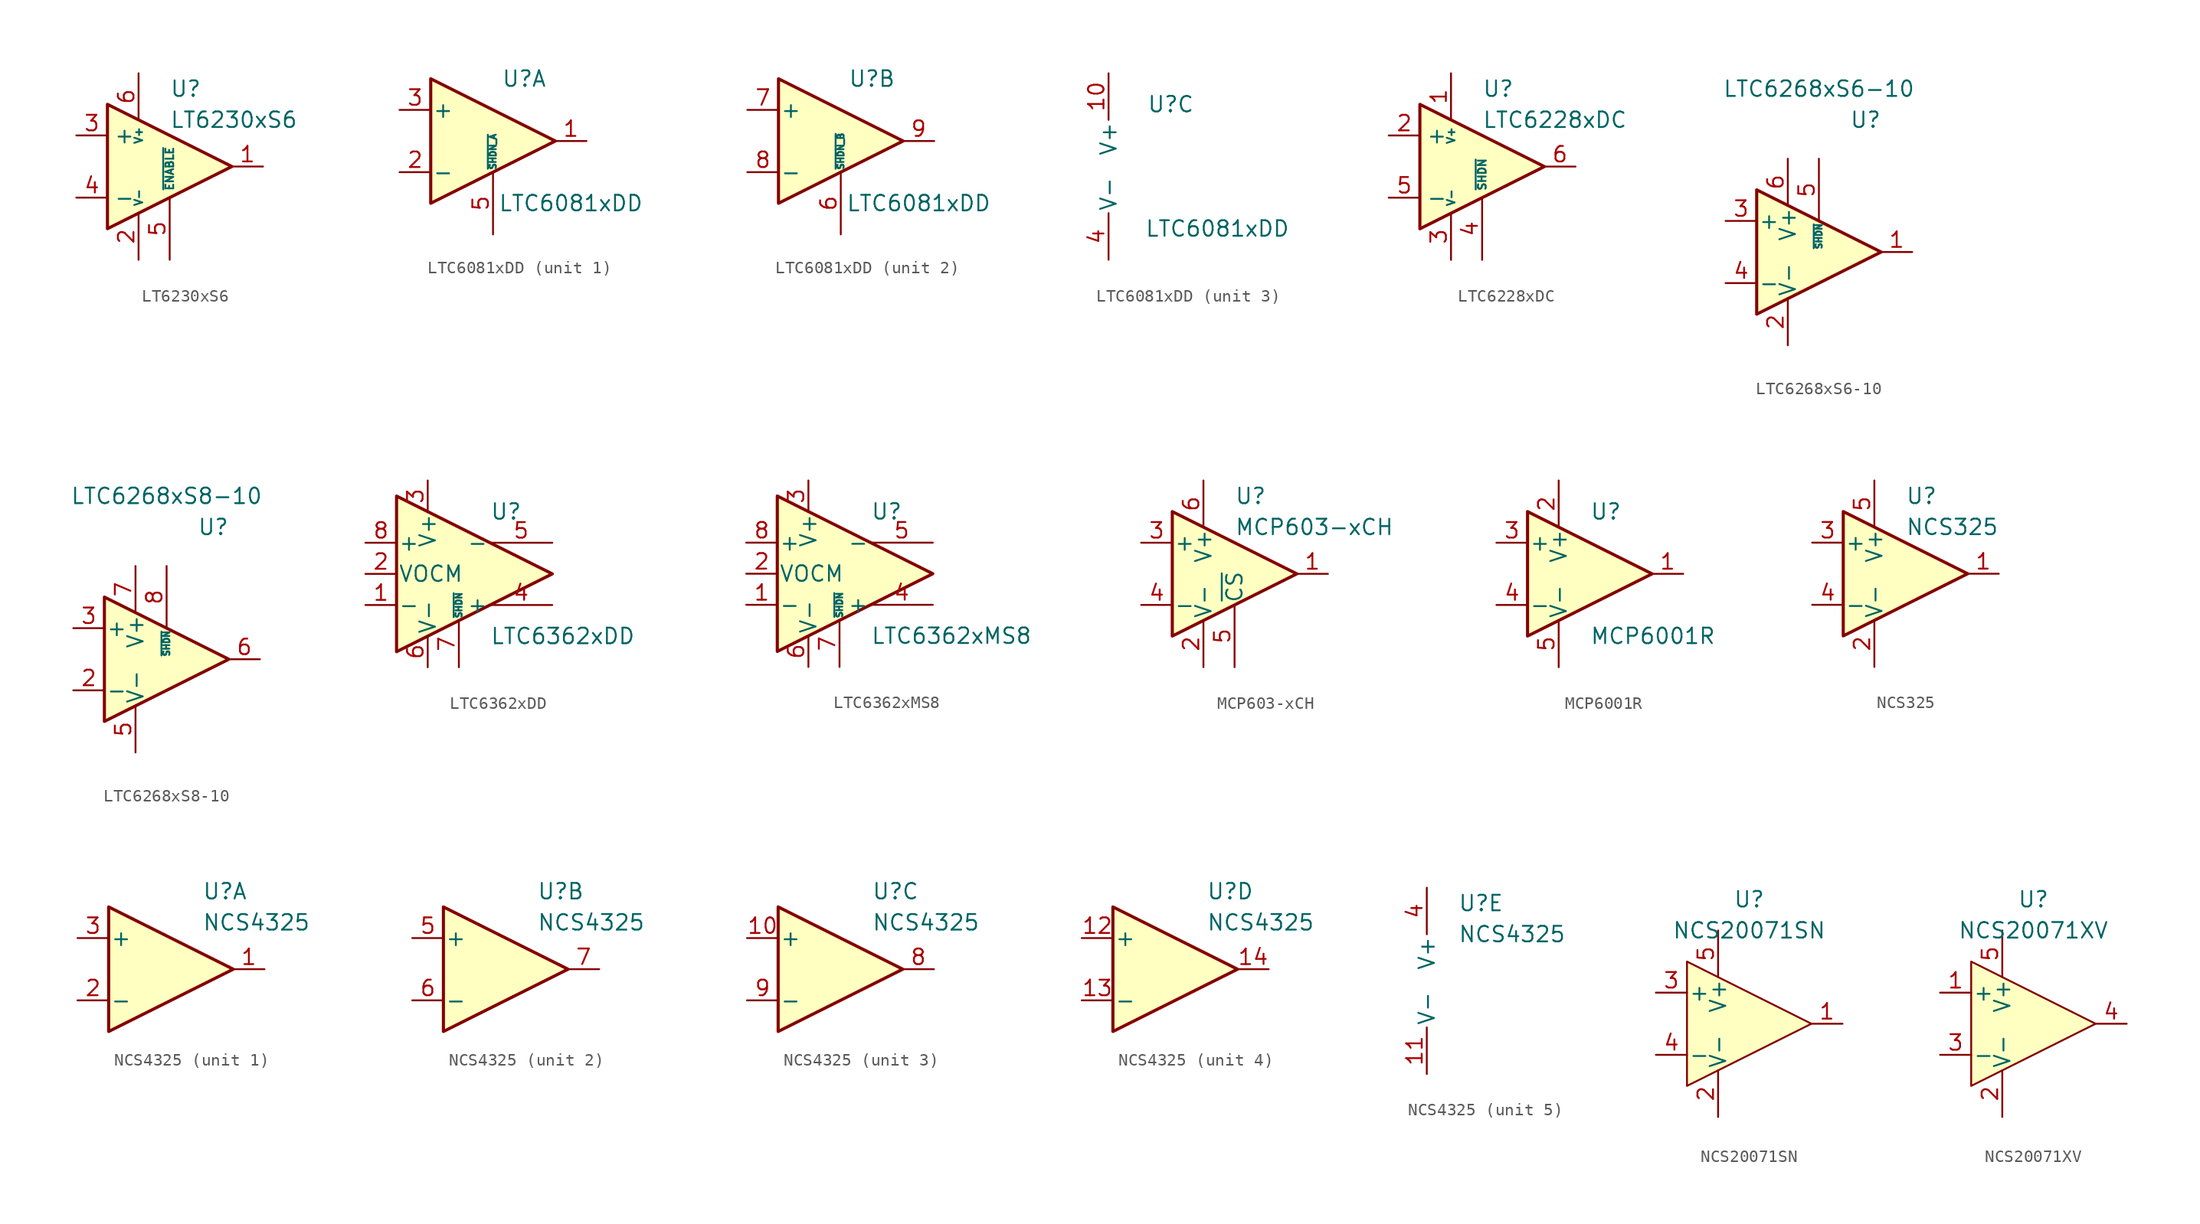
<source format=kicad_sym>
(kicad_symbol_lib
  (version 20241209)
  (generator "kicad_symbol_editor")
  (generator_version "9.0")
  (symbol "LT6230xS6"
    (property "Reference" "U"
      (at 0 6.35 0)
      (effects (font (size 1.27 1.27)) (justify left)))
    (property "Value" "LT6230xS6"
      (at 0 3.81 0)
      (effects (font (size 1.27 1.27)) (justify left)))
    (symbol "LT6230xS6_1_1"
      (polyline (pts (xy -5.08 5.08) (xy 5.08 0) (xy -5.08 -5.08) (xy -5.08 5.08)) (stroke (width 0.254) (type default)) (fill (type background)))
      (pin input line (at -7.62 2.54 0) (length 2.54) (name "+" (effects (font (size 1.27 1.27)))) (number "3" (effects (font (size 1.27 1.27)))))
      (pin input line (at -7.62 -2.54 0) (length 2.54) (name "-" (effects (font (size 1.27 1.27)))) (number "4" (effects (font (size 1.27 1.27)))))
      (pin power_in line (at -2.54 7.62 270) (length 3.81) (name "V+" (effects (font (size 0.635 0.635)))) (number "6" (effects (font (size 1.27 1.27)))))
      (pin power_in line (at -2.54 -7.62 90) (length 3.81) (name "V-" (effects (font (size 0.635 0.635)))) (number "2" (effects (font (size 1.27 1.27)))))
      (pin input line (at 0 -7.62 90) (length 5.08) (name "~{ENABLE}" (effects (font (size 0.635 0.635)))) (number "5" (effects (font (size 1.27 1.27)))))
      (pin output line (at 7.62 0 180) (length 2.54) (name "~" (effects (font (size 1.27 1.27)))) (number "1" (effects (font (size 1.27 1.27)))))))
  (symbol "LTC6081xDD"
    (pin_names
      (offset 0.127))
    (property "Reference" "U"
      (at 2.54 5.08 0)
      (effects (font (size 1.27 1.27))))
    (property "Value" "LTC6081xDD"
      (at 6.35 -5.08 0)
      (effects (font (size 1.27 1.27))))
    (property "ki_locked" ""
      (at 0 0 0)
      (effects (font (size 1.27 1.27))))
    (symbol "LTC6081xDD_1_1"
      (polyline (pts (xy -5.08 5.08) (xy 5.08 0) (xy -5.08 -5.08) (xy -5.08 5.08)) (stroke (width 0.254) (type default)) (fill (type background)))
      (pin input line (at -7.62 2.54 0) (length 2.54) (name "+" (effects (font (size 1.27 1.27)))) (number "3" (effects (font (size 1.27 1.27)))))
      (pin input line (at -7.62 -2.54 0) (length 2.54) (name "-" (effects (font (size 1.27 1.27)))) (number "2" (effects (font (size 1.27 1.27)))))
      (pin input line (at 0 -7.62 90) (length 5.08) (name "~{SHDN_A}" (effects (font (size 0.508 0.508)))) (number "5" (effects (font (size 1.27 1.27)))))
      (pin output line (at 7.62 0 180) (length 2.54) (name "~" (effects (font (size 1.27 1.27)))) (number "1" (effects (font (size 1.27 1.27))))))
    (symbol "LTC6081xDD_2_1"
      (polyline (pts (xy -5.08 5.08) (xy 5.08 0) (xy -5.08 -5.08) (xy -5.08 5.08)) (stroke (width 0.254) (type default)) (fill (type background)))
      (pin input line (at -7.62 2.54 0) (length 2.54) (name "+" (effects (font (size 1.27 1.27)))) (number "7" (effects (font (size 1.27 1.27)))))
      (pin input line (at -7.62 -2.54 0) (length 2.54) (name "-" (effects (font (size 1.27 1.27)))) (number "8" (effects (font (size 1.27 1.27)))))
      (pin input line (at 0 -7.62 90) (length 5.08) (name "~{SHDN_B}" (effects (font (size 0.508 0.508)))) (number "6" (effects (font (size 1.27 1.27)))))
      (pin output line (at 7.62 0 180) (length 2.54) (name "~" (effects (font (size 1.27 1.27)))) (number "9" (effects (font (size 1.27 1.27))))))
    (symbol "LTC6081xDD_3_1"
      (pin power_in line (at -2.54 7.62 270) (length 3.81) (name "V+" (effects (font (size 1.27 1.27)))) (number "10" (effects (font (size 1.27 1.27)))))
      (pin passive line (at -2.54 -7.62 90) (length 3.81) (hide yes) (name "V-" (effects (font (size 1.27 1.27)))) (number "11" (effects (font (size 1.27 1.27)))))
      (pin power_in line (at -2.54 -7.62 90) (length 3.81) (name "V-" (effects (font (size 1.27 1.27)))) (number "4" (effects (font (size 1.27 1.27)))))))
  (symbol "LTC6228xDC"
    (property "Reference" "U"
      (at 0 6.35 0)
      (effects (font (size 1.27 1.27)) (justify left)))
    (property "Value" "LTC6228xDC"
      (at 0 3.81 0)
      (effects (font (size 1.27 1.27)) (justify left)))
    (symbol "LTC6228xDC_0_1"
      (polyline (pts (xy 5.08 0) (xy -5.08 5.08) (xy -5.08 -5.08) (xy 5.08 0)) (stroke (width 0.254) (type default)) (fill (type background))))
    (symbol "LTC6228xDC_1_1"
      (pin input line (at -7.62 2.54 0) (length 2.54) (name "+" (effects (font (size 1.27 1.27)))) (number "2" (effects (font (size 1.27 1.27)))))
      (pin input line (at -7.62 -2.54 0) (length 2.54) (name "-" (effects (font (size 1.27 1.27)))) (number "5" (effects (font (size 1.27 1.27)))))
      (pin power_in line (at -2.54 7.62 270) (length 3.81) (name "V+" (effects (font (size 0.635 0.635)))) (number "1" (effects (font (size 1.27 1.27)))))
      (pin power_in line (at -2.54 -7.62 90) (length 3.81) (name "V-" (effects (font (size 0.635 0.635)))) (number "3" (effects (font (size 1.27 1.27)))))
      (pin passive line (at -2.54 -7.62 90) (length 3.81) (hide yes) (name "V-" (effects (font (size 0.635 0.635)))) (number "7" (effects (font (size 1.27 1.27)))))
      (pin input line (at 0 -7.62 90) (length 5.08) (name "~{SHDN}" (effects (font (size 0.635 0.635)))) (number "4" (effects (font (size 1.27 1.27)))))
      (pin output line (at 7.62 0 180) (length 2.54) (name "~" (effects (font (size 1.27 1.27)))) (number "6" (effects (font (size 1.27 1.27)))))))
  (symbol "LTC6268xS6-10"
    (pin_names
      (offset 0.127))
    (property "Reference" "U"
      (at 3.81 10.795 0)
      (effects (font (size 1.27 1.27))))
    (property "Value" "LTC6268xS6-10"
      (at 0 13.335 0)
      (effects (font (size 1.27 1.27))))
    (symbol "LTC6268xS6-10_1_1"
      (polyline (pts (xy -5.08 5.08) (xy -5.08 -5.08) (xy 5.08 0) (xy -5.08 5.08)) (stroke (width 0.254) (type default)) (fill (type background)))
      (pin input line (at -7.62 2.54 0) (length 2.54) (name "+" (effects (font (size 1.27 1.27)))) (number "3" (effects (font (size 1.27 1.27)))))
      (pin input line (at -7.62 -2.54 0) (length 2.54) (name "-" (effects (font (size 1.27 1.27)))) (number "4" (effects (font (size 1.27 1.27)))))
      (pin power_in line (at -2.54 7.62 270) (length 3.81) (name "V+" (effects (font (size 1.27 1.27)))) (number "6" (effects (font (size 1.27 1.27)))))
      (pin power_in line (at -2.54 -7.62 90) (length 3.81) (name "V-" (effects (font (size 1.27 1.27)))) (number "2" (effects (font (size 1.27 1.27)))))
      (pin input line (at 0 7.62 270) (length 5.08) (name "~{SHDN}" (effects (font (size 0.508 0.508)))) (number "5" (effects (font (size 1.27 1.27)))))
      (pin output line (at 7.62 0 180) (length 2.54) (name "~" (effects (font (size 1.27 1.27)))) (number "1" (effects (font (size 1.27 1.27)))))))
  (symbol "LTC6268xS8-10"
    (pin_names
      (offset 0.127))
    (property "Reference" "U"
      (at 3.81 10.795 0)
      (effects (font (size 1.27 1.27))))
    (property "Value" "LTC6268xS8-10"
      (at 0 13.335 0)
      (effects (font (size 1.27 1.27))))
    (symbol "LTC6268xS8-10_1_1"
      (polyline (pts (xy -5.08 5.08) (xy -5.08 -5.08) (xy 5.08 0) (xy -5.08 5.08)) (stroke (width 0.254) (type default)) (fill (type background)))
      (pin input line (at -7.62 2.54 0) (length 2.54) (name "+" (effects (font (size 1.27 1.27)))) (number "3" (effects (font (size 1.27 1.27)))))
      (pin input line (at -7.62 -2.54 0) (length 2.54) (name "-" (effects (font (size 1.27 1.27)))) (number "2" (effects (font (size 1.27 1.27)))))
      (pin power_in line (at -2.54 7.62 270) (length 3.81) (name "V+" (effects (font (size 1.27 1.27)))) (number "7" (effects (font (size 1.27 1.27)))))
      (pin power_in line (at -2.54 -7.62 90) (length 3.81) (name "V-" (effects (font (size 1.27 1.27)))) (number "5" (effects (font (size 1.27 1.27)))))
      (pin input line (at 0 7.62 270) (length 5.08) (name "~{SHDN}" (effects (font (size 0.508 0.508)))) (number "8" (effects (font (size 1.27 1.27)))))
      (pin no_connect line (at 0 -2.54 90) (length 5.08) (hide yes) (name "NC" (effects (font (size 0.508 0.508)))) (number "1" (effects (font (size 1.27 1.27)))))
      (pin no_connect line (at 0 -2.54 90) (length 5.08) (hide yes) (name "NC" (effects (font (size 0.508 0.508)))) (number "4" (effects (font (size 1.27 1.27)))))
      (pin output line (at 7.62 0 180) (length 2.54) (name "~" (effects (font (size 1.27 1.27)))) (number "6" (effects (font (size 1.27 1.27)))))))
  (symbol "LTC6362xDD"
    (pin_names
      (offset 0.127))
    (property "Reference" "U"
      (at 2.54 5.08 0)
      (effects (font (size 1.27 1.27)) (justify left)))
    (property "Value" "LTC6362xDD"
      (at 2.54 -5.08 0)
      (effects (font (size 1.27 1.27)) (justify left)))
    (symbol "LTC6362xDD_0_1"
      (polyline (pts (xy -5.08 6.35) (xy -5.08 -6.35) (xy 7.62 0) (xy -5.08 6.35)) (stroke (width 0.254) (type default)) (fill (type background))))
    (symbol "LTC6362xDD_1_1"
      (pin input line (at -7.62 2.54 0) (length 2.54) (name "+" (effects (font (size 1.27 1.27)))) (number "8" (effects (font (size 1.27 1.27)))))
      (pin input line (at -7.62 0 0) (length 2.54) (name "VOCM" (effects (font (size 1.27 1.27)))) (number "2" (effects (font (size 1.27 1.27)))))
      (pin input line (at -7.62 -2.54 0) (length 2.54) (name "-" (effects (font (size 1.27 1.27)))) (number "1" (effects (font (size 1.27 1.27)))))
      (pin power_in line (at -2.54 7.62 270) (length 2.54) (name "V+" (effects (font (size 1.27 1.27)))) (number "3" (effects (font (size 1.27 1.27)))))
      (pin power_in line (at -2.54 -7.62 90) (length 2.54) (name "V-" (effects (font (size 1.27 1.27)))) (number "6" (effects (font (size 1.27 1.27)))))
      (pin passive line (at -2.54 -7.62 90) (length 2.54) (hide yes) (name "V-" (effects (font (size 1.27 1.27)))) (number "9" (effects (font (size 1.27 1.27)))))
      (pin input line (at 0 -7.62 90) (length 3.81) (name "~{SHDN}" (effects (font (size 0.508 0.508)))) (number "7" (effects (font (size 1.27 1.27)))))
      (pin output line (at 7.62 2.54 180) (length 5.08) (name "-" (effects (font (size 1.27 1.27)))) (number "5" (effects (font (size 1.27 1.27)))))
      (pin output line (at 7.62 -2.54 180) (length 5.08) (name "+" (effects (font (size 1.27 1.27)))) (number "4" (effects (font (size 1.27 1.27)))))))
  (symbol "LTC6362xMS8"
    (pin_names
      (offset 0.127))
    (property "Reference" "U"
      (at 2.54 5.08 0)
      (effects (font (size 1.27 1.27)) (justify left)))
    (property "Value" "LTC6362xMS8"
      (at 2.54 -5.08 0)
      (effects (font (size 1.27 1.27)) (justify left)))
    (symbol "LTC6362xMS8_0_1"
      (polyline (pts (xy -5.08 6.35) (xy -5.08 -6.35) (xy 7.62 0) (xy -5.08 6.35)) (stroke (width 0.254) (type default)) (fill (type background))))
    (symbol "LTC6362xMS8_1_1"
      (pin input line (at -7.62 2.54 0) (length 2.54) (name "+" (effects (font (size 1.27 1.27)))) (number "8" (effects (font (size 1.27 1.27)))))
      (pin input line (at -7.62 0 0) (length 2.54) (name "VOCM" (effects (font (size 1.27 1.27)))) (number "2" (effects (font (size 1.27 1.27)))))
      (pin input line (at -7.62 -2.54 0) (length 2.54) (name "-" (effects (font (size 1.27 1.27)))) (number "1" (effects (font (size 1.27 1.27)))))
      (pin power_in line (at -2.54 7.62 270) (length 2.54) (name "V+" (effects (font (size 1.27 1.27)))) (number "3" (effects (font (size 1.27 1.27)))))
      (pin power_in line (at -2.54 -7.62 90) (length 2.54) (name "V-" (effects (font (size 1.27 1.27)))) (number "6" (effects (font (size 1.27 1.27)))))
      (pin input line (at 0 -7.62 90) (length 3.81) (name "~{SHDN}" (effects (font (size 0.508 0.508)))) (number "7" (effects (font (size 1.27 1.27)))))
      (pin output line (at 7.62 2.54 180) (length 5.08) (name "-" (effects (font (size 1.27 1.27)))) (number "5" (effects (font (size 1.27 1.27)))))
      (pin output line (at 7.62 -2.54 180) (length 5.08) (name "+" (effects (font (size 1.27 1.27)))) (number "4" (effects (font (size 1.27 1.27)))))))
  (symbol "MCP603-xCH"
    (pin_names
      (offset 0.127))
    (property "Reference" "U"
      (at 0 6.35 0)
      (effects (font (size 1.27 1.27)) (justify left)))
    (property "Value" "MCP603-xCH"
      (at 0 3.81 0)
      (effects (font (size 1.27 1.27)) (justify left)))
    (symbol "MCP603-xCH_0_1"
      (polyline (pts (xy -5.08 5.08) (xy 5.08 0) (xy -5.08 -5.08) (xy -5.08 5.08)) (stroke (width 0.254) (type default)) (fill (type background))))
    (symbol "MCP603-xCH_1_1"
      (pin input line (at -7.62 2.54 0) (length 2.54) (name "+" (effects (font (size 1.27 1.27)))) (number "3" (effects (font (size 1.27 1.27)))))
      (pin input line (at -7.62 -2.54 0) (length 2.54) (name "-" (effects (font (size 1.27 1.27)))) (number "4" (effects (font (size 1.27 1.27)))))
      (pin power_in line (at -2.54 7.62 270) (length 3.81) (name "V+" (effects (font (size 1.27 1.27)))) (number "6" (effects (font (size 1.27 1.27)))))
      (pin power_in line (at -2.54 -7.62 90) (length 3.81) (name "V-" (effects (font (size 1.27 1.27)))) (number "2" (effects (font (size 1.27 1.27)))))
      (pin input line (at 0 -7.62 90) (length 5.08) (name "~{CS}" (effects (font (size 1.27 1.27)))) (number "5" (effects (font (size 1.27 1.27)))))
      (pin output line (at 7.62 0 180) (length 2.54) (name "~" (effects (font (size 1.27 1.27)))) (number "1" (effects (font (size 1.27 1.27)))))))
  (symbol "MCP6001R"
    (pin_names
      (offset 0.127))
    (property "Reference" "U"
      (at 0 5.08 0)
      (effects (font (size 1.27 1.27)) (justify left)))
    (property "Value" "MCP6001R"
      (at 0 -5.08 0)
      (effects (font (size 1.27 1.27)) (justify left)))
    (symbol "MCP6001R_0_1"
      (polyline (pts (xy -5.08 5.08) (xy 5.08 0) (xy -5.08 -5.08) (xy -5.08 5.08)) (stroke (width 0.254) (type default)) (fill (type background))))
    (symbol "MCP6001R_1_1"
      (pin input line (at -7.62 2.54 0) (length 2.54) (name "+" (effects (font (size 1.27 1.27)))) (number "3" (effects (font (size 1.27 1.27)))))
      (pin input line (at -7.62 -2.54 0) (length 2.54) (name "-" (effects (font (size 1.27 1.27)))) (number "4" (effects (font (size 1.27 1.27)))))
      (pin power_in line (at -2.54 7.62 270) (length 3.81) (name "V+" (effects (font (size 1.27 1.27)))) (number "2" (effects (font (size 1.27 1.27)))))
      (pin power_in line (at -2.54 -7.62 90) (length 3.81) (name "V-" (effects (font (size 1.27 1.27)))) (number "5" (effects (font (size 1.27 1.27)))))
      (pin output line (at 7.62 0 180) (length 2.54) (name "~" (effects (font (size 1.27 1.27)))) (number "1" (effects (font (size 1.27 1.27)))))))
  (symbol "NCS325"
    (pin_names
      (offset 0.127))
    (property "Reference" "U"
      (at 0 6.35 0)
      (effects (font (size 1.27 1.27)) (justify left)))
    (property "Value" "NCS325"
      (at 0 3.81 0)
      (effects (font (size 1.27 1.27)) (justify left)))
    (symbol "NCS325_0_1"
      (polyline (pts (xy -5.08 5.08) (xy 5.08 0) (xy -5.08 -5.08) (xy -5.08 5.08)) (stroke (width 0.254) (type default)) (fill (type background))))
    (symbol "NCS325_1_1"
      (pin input line (at -7.62 2.54 0) (length 2.54) (name "+" (effects (font (size 1.27 1.27)))) (number "3" (effects (font (size 1.27 1.27)))))
      (pin input line (at -7.62 -2.54 0) (length 2.54) (name "-" (effects (font (size 1.27 1.27)))) (number "4" (effects (font (size 1.27 1.27)))))
      (pin power_in line (at -2.54 7.62 270) (length 3.81) (name "V+" (effects (font (size 1.27 1.27)))) (number "5" (effects (font (size 1.27 1.27)))))
      (pin power_in line (at -2.54 -7.62 90) (length 3.81) (name "V-" (effects (font (size 1.27 1.27)))) (number "2" (effects (font (size 1.27 1.27)))))
      (pin output line (at 7.62 0 180) (length 2.54) (name "~" (effects (font (size 1.27 1.27)))) (number "1" (effects (font (size 1.27 1.27)))))))
  (symbol "NCS4325"
    (pin_names
      (offset 0.127))
    (property "Reference" "U"
      (at 2.54 6.35 0)
      (effects (font (size 1.27 1.27)) (justify left)))
    (property "Value" "NCS4325"
      (at 2.54 3.81 0)
      (effects (font (size 1.27 1.27)) (justify left)))
    (property "ki_locked" ""
      (at 0 0 0)
      (effects (font (size 1.27 1.27))))
    (symbol "NCS4325_1_1"
      (polyline (pts (xy 5.08 0) (xy -5.08 5.08) (xy -5.08 -5.08) (xy 5.08 0)) (stroke (width 0.254) (type default)) (fill (type background)))
      (pin input line (at -7.62 2.54 0) (length 2.54) (name "+" (effects (font (size 1.27 1.27)))) (number "3" (effects (font (size 1.27 1.27)))))
      (pin input line (at -7.62 -2.54 0) (length 2.54) (name "-" (effects (font (size 1.27 1.27)))) (number "2" (effects (font (size 1.27 1.27)))))
      (pin output line (at 7.62 0 180) (length 2.54) (name "~" (effects (font (size 1.27 1.27)))) (number "1" (effects (font (size 1.27 1.27))))))
    (symbol "NCS4325_2_1"
      (polyline (pts (xy -5.08 5.08) (xy -5.08 -5.08) (xy 5.08 0) (xy -5.08 5.08)) (stroke (width 0.254) (type default)) (fill (type background)))
      (pin input line (at -7.62 2.54 0) (length 2.54) (name "+" (effects (font (size 1.27 1.27)))) (number "5" (effects (font (size 1.27 1.27)))))
      (pin input line (at -7.62 -2.54 0) (length 2.54) (name "-" (effects (font (size 1.27 1.27)))) (number "6" (effects (font (size 1.27 1.27)))))
      (pin output line (at 7.62 0 180) (length 2.54) (name "~" (effects (font (size 1.27 1.27)))) (number "7" (effects (font (size 1.27 1.27))))))
    (symbol "NCS4325_3_1"
      (polyline (pts (xy 5.08 0) (xy -5.08 5.08) (xy -5.08 -5.08) (xy 5.08 0)) (stroke (width 0.254) (type default)) (fill (type background)))
      (pin input line (at -7.62 2.54 0) (length 2.54) (name "+" (effects (font (size 1.27 1.27)))) (number "10" (effects (font (size 1.27 1.27)))))
      (pin input line (at -7.62 -2.54 0) (length 2.54) (name "-" (effects (font (size 1.27 1.27)))) (number "9" (effects (font (size 1.27 1.27)))))
      (pin output line (at 7.62 0 180) (length 2.54) (name "~" (effects (font (size 1.27 1.27)))) (number "8" (effects (font (size 1.27 1.27))))))
    (symbol "NCS4325_4_1"
      (polyline (pts (xy -5.08 5.08) (xy 5.08 0) (xy -5.08 -5.08) (xy -5.08 5.08)) (stroke (width 0.254) (type default)) (fill (type background)))
      (pin input line (at -7.62 2.54 0) (length 2.54) (name "+" (effects (font (size 1.27 1.27)))) (number "12" (effects (font (size 1.27 1.27)))))
      (pin input line (at -7.62 -2.54 0) (length 2.54) (name "-" (effects (font (size 1.27 1.27)))) (number "13" (effects (font (size 1.27 1.27)))))
      (pin output line (at 7.62 0 180) (length 2.54) (name "~" (effects (font (size 1.27 1.27)))) (number "14" (effects (font (size 1.27 1.27))))))
    (symbol "NCS4325_5_1"
      (pin power_in line (at 0 7.62 270) (length 3.81) (name "V+" (effects (font (size 1.27 1.27)))) (number "4" (effects (font (size 1.27 1.27)))))
      (pin power_in line (at 0 -7.62 90) (length 3.81) (name "V-" (effects (font (size 1.27 1.27)))) (number "11" (effects (font (size 1.27 1.27)))))))
  (symbol "NCS20071SN"
    (pin_names
      (offset 0.127))
    (property "Reference" "U"
      (at 0 10.16 0)
      (effects (font (size 1.27 1.27))))
    (property "Value" "NCS20071SN"
      (at 0 7.62 0)
      (effects (font (size 1.27 1.27))))
    (symbol "NCS20071SN_1_1"
      (polyline (pts (xy 5.08 0) (xy -5.08 5.08) (xy -5.08 -5.08) (xy 5.08 0)) (stroke (width 0) (type default)) (fill (type background)))
      (pin input line (at -7.62 2.54 0) (length 2.54) (name "+" (effects (font (size 1.27 1.27)))) (number "3" (effects (font (size 1.27 1.27)))))
      (pin input line (at -7.62 -2.54 0) (length 2.54) (name "-" (effects (font (size 1.27 1.27)))) (number "4" (effects (font (size 1.27 1.27)))))
      (pin power_in line (at -2.54 7.62 270) (length 3.81) (name "V+" (effects (font (size 1.27 1.27)))) (number "5" (effects (font (size 1.27 1.27)))))
      (pin power_in line (at -2.54 -7.62 90) (length 3.81) (name "V-" (effects (font (size 1.27 1.27)))) (number "2" (effects (font (size 1.27 1.27)))))
      (pin output line (at 7.62 0 180) (length 2.54) (name "~" (effects (font (size 1.27 1.27)))) (number "1" (effects (font (size 1.27 1.27)))))))
  (symbol "NCS20071XV"
    (pin_names
      (offset 0.127))
    (property "Reference" "U"
      (at 0 10.16 0)
      (effects (font (size 1.27 1.27))))
    (property "Value" "NCS20071XV"
      (at 0 7.62 0)
      (effects (font (size 1.27 1.27))))
    (symbol "NCS20071XV_1_1"
      (polyline (pts (xy 5.08 0) (xy -5.08 5.08) (xy -5.08 -5.08) (xy 5.08 0)) (stroke (width 0) (type default)) (fill (type background)))
      (pin input line (at -7.62 2.54 0) (length 2.54) (name "+" (effects (font (size 1.27 1.27)))) (number "1" (effects (font (size 1.27 1.27)))))
      (pin input line (at -7.62 -2.54 0) (length 2.54) (name "-" (effects (font (size 1.27 1.27)))) (number "3" (effects (font (size 1.27 1.27)))))
      (pin power_in line (at -2.54 7.62 270) (length 3.81) (name "V+" (effects (font (size 1.27 1.27)))) (number "5" (effects (font (size 1.27 1.27)))))
      (pin power_in line (at -2.54 -7.62 90) (length 3.81) (name "V-" (effects (font (size 1.27 1.27)))) (number "2" (effects (font (size 1.27 1.27)))))
      (pin output line (at 7.62 0 180) (length 2.54) (name "~" (effects (font (size 1.27 1.27)))) (number "4" (effects (font (size 1.27 1.27))))))))
</source>
